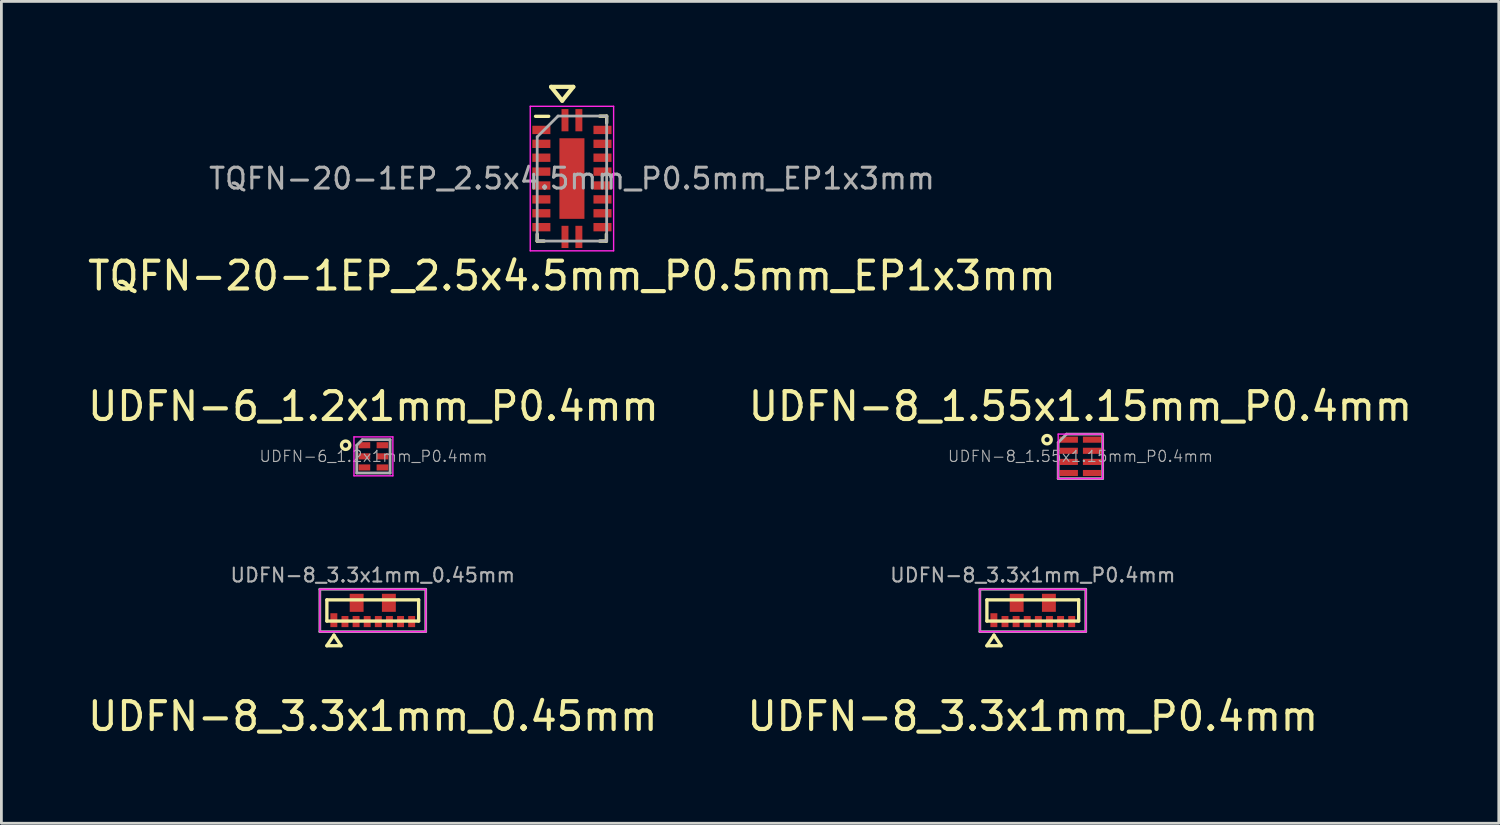
<source format=kicad_pcb>
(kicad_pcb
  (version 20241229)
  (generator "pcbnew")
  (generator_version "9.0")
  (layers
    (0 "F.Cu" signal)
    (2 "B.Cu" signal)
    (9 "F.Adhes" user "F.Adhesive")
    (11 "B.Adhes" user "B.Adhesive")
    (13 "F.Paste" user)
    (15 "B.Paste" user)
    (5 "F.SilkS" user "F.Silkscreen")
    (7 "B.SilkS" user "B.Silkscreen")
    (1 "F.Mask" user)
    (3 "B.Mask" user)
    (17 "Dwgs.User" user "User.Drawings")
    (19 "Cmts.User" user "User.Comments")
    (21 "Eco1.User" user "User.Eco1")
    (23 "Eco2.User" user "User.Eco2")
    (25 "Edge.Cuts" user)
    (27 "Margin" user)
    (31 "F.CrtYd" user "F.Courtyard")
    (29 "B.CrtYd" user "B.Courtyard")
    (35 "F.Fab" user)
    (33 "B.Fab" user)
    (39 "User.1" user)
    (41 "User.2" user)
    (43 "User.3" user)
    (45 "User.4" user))
  (footprint "UDFN-6_1.2x1mm_P0.4mm"
    (layer "F.Cu")
    (at 10.387 13.371)
    (property "Reference" "UDFN-6_1.2x1mm_P0.4mm" (at 0 -1.8 0) (layer "F.SilkS") (effects (font (size 1 1) (thickness 0.15))))
    (attr smd)
    (fp_circle (center -1 -0.4) (end -0.85 -0.4) (stroke (width 0.12) (type solid)) (fill no) (layer "F.SilkS"))
    (fp_line (start -0.7 0.7) (end -0.7 -0.7) (stroke (width 0.05) (type solid)) (layer "F.CrtYd"))
    (fp_line (start 0.7 -0.7) (end -0.7 -0.7) (stroke (width 0.05) (type solid)) (layer "F.CrtYd"))
    (fp_line (start 0.7 -0.7) (end 0.7 0.7) (stroke (width 0.05) (type solid)) (layer "F.CrtYd"))
    (fp_line (start 0.7 0.7) (end -0.7 0.7) (stroke (width 0.05) (type solid)) (layer "F.CrtYd"))
    (fp_line (start -0.6 -0.4) (end -0.4 -0.6) (stroke (width 0.1) (type solid)) (layer "F.Fab"))
    (fp_line (start -0.6 0.6) (end -0.6 -0.4) (stroke (width 0.1) (type solid)) (layer "F.Fab"))
    (fp_line (start -0.6 0.6) (end 0.6 0.6) (stroke (width 0.1) (type solid)) (layer "F.Fab"))
    (fp_line (start 0.6 -0.6) (end -0.4 -0.6) (stroke (width 0.1) (type solid)) (layer "F.Fab"))
    (fp_line (start 0.6 -0.6) (end 0.6 0.6) (stroke (width 0.1) (type solid)) (layer "F.Fab"))
    (fp_text user "${REFERENCE}" (at 0 0 0) (layer "F.Fab") (effects (font (size 0.4 0.4) (thickness 0.04))))
    (pad "1" smd rect (at -0.325 -0.4) (size 0.42 0.22) (layers "F.Cu" "F.Mask" "F.Paste"))
    (pad "2" smd rect (at -0.325 0) (size 0.42 0.22) (layers "F.Cu" "F.Mask" "F.Paste"))
    (pad "3" smd rect (at -0.325 0.4) (size 0.42 0.22) (layers "F.Cu" "F.Mask" "F.Paste"))
    (pad "4" smd rect (at 0.325 0.4) (size 0.42 0.22) (layers "F.Cu" "F.Mask" "F.Paste"))
    (pad "5" smd rect (at 0.325 0) (size 0.42 0.22) (layers "F.Cu" "F.Mask" "F.Paste"))
    (pad "6" smd rect (at 0.325 -0.4) (size 0.42 0.22) (layers "F.Cu" "F.Mask" "F.Paste")))
  (footprint "UDFN-8_3.3x1mm_0.45mm"
    (layer "F.Cu")
    (at 10.363 18.916)
    (property "Reference" "UDFN-8_3.3x1mm_0.45mm" (at 0 3.81 0) (layer "F.SilkS") (effects (font (size 1 1) (thickness 0.15))))
    (attr smd)
    (fp_line (start -1.651 0.381) (end -1.651 -0.381) (stroke (width 0.12) (type solid)) (layer "F.SilkS"))
    (fp_line (start -1.651 0.381) (end 1.651 0.381) (stroke (width 0.12) (type solid)) (layer "F.SilkS"))
    (fp_line (start -1.651 1.27) (end -1.143 1.27) (stroke (width 0.12) (type solid)) (layer "F.SilkS"))
    (fp_line (start -1.397 0.889) (end -1.651 1.27) (stroke (width 0.12) (type solid)) (layer "F.SilkS"))
    (fp_line (start -1.143 1.27) (end -1.397 0.889) (stroke (width 0.12) (type solid)) (layer "F.SilkS"))
    (fp_line (start 1.651 -0.381) (end -1.651 -0.381) (stroke (width 0.12) (type solid)) (layer "F.SilkS"))
    (fp_line (start 1.651 0.381) (end 1.651 -0.381) (stroke (width 0.12) (type solid)) (layer "F.SilkS"))
    (fp_line (start -1.905 -0.762) (end -1.905 0.762) (stroke (width 0.05) (type solid)) (layer "F.CrtYd"))
    (fp_line (start -1.895 0.762) (end 1.905 0.762) (stroke (width 0.05) (type solid)) (layer "F.CrtYd"))
    (fp_line (start 1.905 -0.762) (end -1.905 -0.762) (stroke (width 0.05) (type solid)) (layer "F.CrtYd"))
    (fp_line (start 1.905 0.762) (end 1.905 -0.762) (stroke (width 0.05) (type solid)) (layer "F.CrtYd"))
    (fp_line (start -1.905 -0.762) (end -1.905 0.762) (stroke (width 0.1) (type solid)) (layer "F.Fab"))
    (fp_line (start 1.905 -0.762) (end -1.905 -0.762) (stroke (width 0.1) (type solid)) (layer "F.Fab"))
    (fp_line (start 1.905 -0.762) (end 1.905 0.762) (stroke (width 0.1) (type solid)) (layer "F.Fab"))
    (fp_line (start 1.905 0.762) (end -1.905 0.762) (stroke (width 0.1) (type solid)) (layer "F.Fab"))
    (fp_text user "${REFERENCE}" (at 0 -1.27 0) (layer "F.Fab") (effects (font (size 0.5 0.5) (thickness 0.075))))
    (pad "1" smd rect (at -1.4 0.35) (size 0.25 0.5) (layers "F.Cu" "F.Mask" "F.Paste"))
    (pad "2" smd rect (at -1 0.4) (size 0.25 0.4) (layers "F.Cu" "F.Mask" "F.Paste"))
    (pad "3" smd rect (at -0.6 0.4) (size 0.25 0.4) (layers "F.Cu" "F.Mask" "F.Paste"))
    (pad "4" smd rect (at -0.2 0.4) (size 0.25 0.4) (layers "F.Cu" "F.Mask" "F.Paste"))
    (pad "5" smd rect (at 0.2 0.4) (size 0.25 0.4) (layers "F.Cu" "F.Mask" "F.Paste"))
    (pad "6" smd rect (at 0.6 0.4) (size 0.25 0.4) (layers "F.Cu" "F.Mask" "F.Paste"))
    (pad "7" smd rect (at 1 0.4) (size 0.25 0.4) (layers "F.Cu" "F.Mask" "F.Paste"))
    (pad "8" smd rect (at 1.4 0.4) (size 0.25 0.4) (layers "F.Cu" "F.Mask" "F.Paste"))
    (pad "9" smd rect (at -0.58 -0.275) (size 0.5 0.65) (layers "F.Cu" "F.Mask" "F.Paste"))
    (pad "10" smd rect (at 0.58 -0.275) (size 0.5 0.65) (layers "F.Cu" "F.Mask" "F.Paste")))
  (footprint "TQFN-20-1EP_2.5x4.5mm_P0.5mm_EP1x3mm"
    (layer "F.Cu")
    (at 17.53 3.375)
    (property "Reference" "TQFN-20-1EP_2.5x4.5mm_P0.5mm_EP1x3mm" (at 0 3.5 0) (layer "F.SilkS") (effects (font (size 1 1) (thickness 0.15))))
    (attr smd)
    (fp_line (start -1.25 2.25) (end -1.25 2) (stroke (width 0.12) (type solid)) (layer "F.SilkS"))
    (fp_line (start -1 2.25) (end -1.25 2.25) (stroke (width 0.12) (type solid)) (layer "F.SilkS"))
    (fp_line (start -0.835 -2.24) (end -1.31 -2.24) (stroke (width 0.12) (type solid)) (layer "F.SilkS"))
    (fp_line (start -0.75 -3.3) (end -0.35 -2.8) (stroke (width 0.15) (type solid)) (layer "F.SilkS"))
    (fp_line (start -0.35 -2.8) (end 0.05 -3.3) (stroke (width 0.15) (type solid)) (layer "F.SilkS"))
    (fp_line (start 0.05 -3.3) (end -0.75 -3.3) (stroke (width 0.15) (type solid)) (layer "F.SilkS"))
    (fp_line (start 1 -2.245) (end 1.25 -2.245) (stroke (width 0.12) (type solid)) (layer "F.SilkS"))
    (fp_line (start 1 2.25) (end 1.24 2.25) (stroke (width 0.12) (type solid)) (layer "F.SilkS"))
    (fp_line (start 1.24 2.25) (end 1.24 2) (stroke (width 0.12) (type solid)) (layer "F.SilkS"))
    (fp_line (start 1.25 -2.245) (end 1.25 -2) (stroke (width 0.12) (type solid)) (layer "F.SilkS"))
    (fp_line (start -1.5 -2.6) (end -1.5 2.6) (stroke (width 0.05) (type solid)) (layer "F.CrtYd"))
    (fp_line (start -1.5 2.6) (end 1.5 2.6) (stroke (width 0.05) (type solid)) (layer "F.CrtYd"))
    (fp_line (start 1.5 -2.6) (end -1.5 -2.6) (stroke (width 0.05) (type solid)) (layer "F.CrtYd"))
    (fp_line (start 1.5 2.6) (end 1.5 -2.6) (stroke (width 0.05) (type solid)) (layer "F.CrtYd"))
    (fp_line (start -1.25 -1.5) (end -0.5 -2.25) (stroke (width 0.1) (type solid)) (layer "F.Fab"))
    (fp_line (start -1.25 2.25) (end -1.25 -1.5) (stroke (width 0.1) (type solid)) (layer "F.Fab"))
    (fp_line (start -0.5 -2.25) (end 1.25 -2.25) (stroke (width 0.1) (type solid)) (layer "F.Fab"))
    (fp_line (start 1.25 -2.25) (end 1.25 2.25) (stroke (width 0.1) (type solid)) (layer "F.Fab"))
    (fp_line (start 1.25 2.25) (end -1.25 2.25) (stroke (width 0.1) (type solid)) (layer "F.Fab"))
    (fp_text user "${REFERENCE}" (at 0 0 0) (layer "F.Fab") (effects (font (size 0.75 0.75) (thickness 0.11))))
    (pad "1" smd rect (at -0.25 -2.1) (size 0.25 0.8) (layers "F.Cu" "F.Mask" "F.Paste"))
    (pad "2" smd rect (at -1.1 -1.75) (size 0.65 0.3) (layers "F.Cu" "F.Mask" "F.Paste"))
    (pad "3" smd rect (at -1.1 -1.25) (size 0.65 0.3) (layers "F.Cu" "F.Mask" "F.Paste"))
    (pad "4" smd rect (at -1.1 -0.75) (size 0.65 0.3) (layers "F.Cu" "F.Mask" "F.Paste"))
    (pad "5" smd rect (at -1.1 -0.25) (size 0.65 0.3) (layers "F.Cu" "F.Mask" "F.Paste"))
    (pad "6" smd rect (at -1.1 0.25) (size 0.65 0.3) (layers "F.Cu" "F.Mask" "F.Paste"))
    (pad "7" smd rect (at -1.1 0.75) (size 0.65 0.3) (layers "F.Cu" "F.Mask" "F.Paste"))
    (pad "8" smd rect (at -1.1 1.25) (size 0.65 0.3) (layers "F.Cu" "F.Mask" "F.Paste"))
    (pad "9" smd rect (at -1.1 1.75) (size 0.65 0.3) (layers "F.Cu" "F.Mask" "F.Paste"))
    (pad "10" smd rect (at -0.25 2.1) (size 0.25 0.8) (layers "F.Cu" "F.Mask" "F.Paste"))
    (pad "11" smd rect (at 0.25 2.1) (size 0.25 0.8) (layers "F.Cu" "F.Mask" "F.Paste"))
    (pad "12" smd rect (at 1.1 1.75) (size 0.65 0.3) (layers "F.Cu" "F.Mask" "F.Paste"))
    (pad "13" smd rect (at 1.1 1.25) (size 0.65 0.3) (layers "F.Cu" "F.Mask" "F.Paste"))
    (pad "14" smd rect (at 1.1 0.75) (size 0.65 0.3) (layers "F.Cu" "F.Mask" "F.Paste"))
    (pad "15" smd rect (at 1.1 0.25) (size 0.65 0.3) (layers "F.Cu" "F.Mask" "F.Paste"))
    (pad "16" smd rect (at 1.1 -0.25) (size 0.65 0.3) (layers "F.Cu" "F.Mask" "F.Paste"))
    (pad "17" smd rect (at 1.1 -0.75) (size 0.65 0.3) (layers "F.Cu" "F.Mask" "F.Paste"))
    (pad "18" smd rect (at 1.1 -1.25) (size 0.65 0.3) (layers "F.Cu" "F.Mask" "F.Paste"))
    (pad "19" smd rect (at 1.1 -1.75) (size 0.65 0.3) (layers "F.Cu" "F.Mask" "F.Paste"))
    (pad "20" smd rect (at 0.25 -2.1) (size 0.25 0.8) (layers "F.Cu" "F.Mask" "F.Paste"))
    (pad "21" smd rect (at 0 0) (size 0.9 2.9) (layers "F.Cu" "F.Mask")))
  (footprint "UDFN-8_3.3x1mm_P0.4mm"
    (layer "F.Cu")
    (at 34.113 18.916)
    (property "Reference" "UDFN-8_3.3x1mm_P0.4mm" (at 0 3.81 0) (layer "F.SilkS") (effects (font (size 1 1) (thickness 0.15))))
    (attr smd)
    (fp_line (start -1.651 0.381) (end -1.651 -0.381) (stroke (width 0.12) (type solid)) (layer "F.SilkS"))
    (fp_line (start -1.651 0.381) (end 1.651 0.381) (stroke (width 0.12) (type solid)) (layer "F.SilkS"))
    (fp_line (start -1.651 1.27) (end -1.143 1.27) (stroke (width 0.12) (type solid)) (layer "F.SilkS"))
    (fp_line (start -1.397 0.889) (end -1.651 1.27) (stroke (width 0.12) (type solid)) (layer "F.SilkS"))
    (fp_line (start -1.143 1.27) (end -1.397 0.889) (stroke (width 0.12) (type solid)) (layer "F.SilkS"))
    (fp_line (start 1.651 -0.381) (end -1.651 -0.381) (stroke (width 0.12) (type solid)) (layer "F.SilkS"))
    (fp_line (start 1.651 0.381) (end 1.651 -0.381) (stroke (width 0.12) (type solid)) (layer "F.SilkS"))
    (fp_line (start -1.905 -0.762) (end -1.905 0.762) (stroke (width 0.05) (type solid)) (layer "F.CrtYd"))
    (fp_line (start -1.895 0.762) (end 1.905 0.762) (stroke (width 0.05) (type solid)) (layer "F.CrtYd"))
    (fp_line (start 1.905 -0.762) (end -1.905 -0.762) (stroke (width 0.05) (type solid)) (layer "F.CrtYd"))
    (fp_line (start 1.905 0.762) (end 1.905 -0.762) (stroke (width 0.05) (type solid)) (layer "F.CrtYd"))
    (fp_line (start -1.905 -0.762) (end -1.905 0.762) (stroke (width 0.1) (type solid)) (layer "F.Fab"))
    (fp_line (start 1.905 -0.762) (end -1.905 -0.762) (stroke (width 0.1) (type solid)) (layer "F.Fab"))
    (fp_line (start 1.905 -0.762) (end 1.905 0.762) (stroke (width 0.1) (type solid)) (layer "F.Fab"))
    (fp_line (start 1.905 0.762) (end -1.905 0.762) (stroke (width 0.1) (type solid)) (layer "F.Fab"))
    (fp_text user "${REFERENCE}" (at 0 -1.27 0) (layer "F.Fab") (effects (font (size 0.5 0.5) (thickness 0.075))))
    (pad "1" smd rect (at -1.4 0.35) (size 0.25 0.5) (layers "F.Cu" "F.Mask" "F.Paste"))
    (pad "2" smd rect (at -1 0.4) (size 0.25 0.4) (layers "F.Cu" "F.Mask" "F.Paste"))
    (pad "3" smd rect (at -0.6 0.4) (size 0.25 0.4) (layers "F.Cu" "F.Mask" "F.Paste"))
    (pad "4" smd rect (at -0.2 0.4) (size 0.25 0.4) (layers "F.Cu" "F.Mask" "F.Paste"))
    (pad "5" smd rect (at 0.2 0.4) (size 0.25 0.4) (layers "F.Cu" "F.Mask" "F.Paste"))
    (pad "6" smd rect (at 0.6 0.4) (size 0.25 0.4) (layers "F.Cu" "F.Mask" "F.Paste"))
    (pad "7" smd rect (at 1 0.4) (size 0.25 0.4) (layers "F.Cu" "F.Mask" "F.Paste"))
    (pad "8" smd rect (at 1.4 0.4) (size 0.25 0.4) (layers "F.Cu" "F.Mask" "F.Paste"))
    (pad "9" smd rect (at -0.58 -0.275) (size 0.5 0.65) (layers "F.Cu" "F.Mask" "F.Paste"))
    (pad "10" smd rect (at 0.58 -0.275) (size 0.5 0.65) (layers "F.Cu" "F.Mask" "F.Paste")))
  (footprint "UDFN-8_1.55x1.15mm_P0.4mm"
    (layer "F.Cu")
    (at 35.827 13.371)
    (property "Reference" "UDFN-8_1.55x1.15mm_P0.4mm" (at 0 -1.8 0) (layer "F.SilkS") (effects (font (size 1 1) (thickness 0.15))))
    (attr smd)
    (fp_circle (center -1.2 -0.6) (end -1.05 -0.6) (stroke (width 0.12) (type solid)) (fill no) (layer "F.SilkS"))
    (fp_line (start -0.8 0.8) (end -0.8 -0.8) (stroke (width 0.05) (type solid)) (layer "F.CrtYd"))
    (fp_line (start 0.8 -0.8) (end -0.8 -0.8) (stroke (width 0.05) (type solid)) (layer "F.CrtYd"))
    (fp_line (start 0.8 -0.8) (end 0.8 0.8) (stroke (width 0.05) (type solid)) (layer "F.CrtYd"))
    (fp_line (start 0.8 0.8) (end -0.8 0.8) (stroke (width 0.05) (type solid)) (layer "F.CrtYd"))
    (fp_line (start -0.8 -0.5) (end -0.5 -0.8) (stroke (width 0.1) (type solid)) (layer "F.Fab"))
    (fp_line (start -0.8 0.8) (end -0.8 -0.5) (stroke (width 0.1) (type solid)) (layer "F.Fab"))
    (fp_line (start -0.8 0.8) (end 0.8 0.8) (stroke (width 0.1) (type solid)) (layer "F.Fab"))
    (fp_line (start 0.8 -0.8) (end -0.5 -0.8) (stroke (width 0.1) (type solid)) (layer "F.Fab"))
    (fp_line (start 0.8 -0.8) (end 0.8 0.8) (stroke (width 0.1) (type solid)) (layer "F.Fab"))
    (fp_text user "${REFERENCE}" (at 0 0 0) (layer "F.Fab") (effects (font (size 0.4 0.4) (thickness 0.04))))
    (pad "1" smd rect (at -0.42 -0.6) (size 0.66 0.22) (layers "F.Cu" "F.Mask" "F.Paste"))
    (pad "2" smd rect (at -0.42 -0.2) (size 0.66 0.22) (layers "F.Cu" "F.Mask" "F.Paste"))
    (pad "3" smd rect (at -0.42 0.2) (size 0.66 0.22) (layers "F.Cu" "F.Mask" "F.Paste"))
    (pad "4" smd rect (at -0.42 0.6) (size 0.66 0.22) (layers "F.Cu" "F.Mask" "F.Paste"))
    (pad "5" smd rect (at 0.42 0.6) (size 0.66 0.22) (layers "F.Cu" "F.Mask" "F.Paste"))
    (pad "6" smd rect (at 0.42 0.2) (size 0.66 0.22) (layers "F.Cu" "F.Mask" "F.Paste"))
    (pad "7" smd rect (at 0.42 -0.2) (size 0.66 0.22) (layers "F.Cu" "F.Mask" "F.Paste"))
    (pad "8" smd rect (at 0.42 -0.6) (size 0.66 0.22) (layers "F.Cu" "F.Mask" "F.Paste")))
  (gr_rect
    (start -3 -3)
    (end 50.881 26.574)
    (stroke (width 0.1) (type default))
    (fill no)
    (layer "Edge.Cuts")))
</source>
